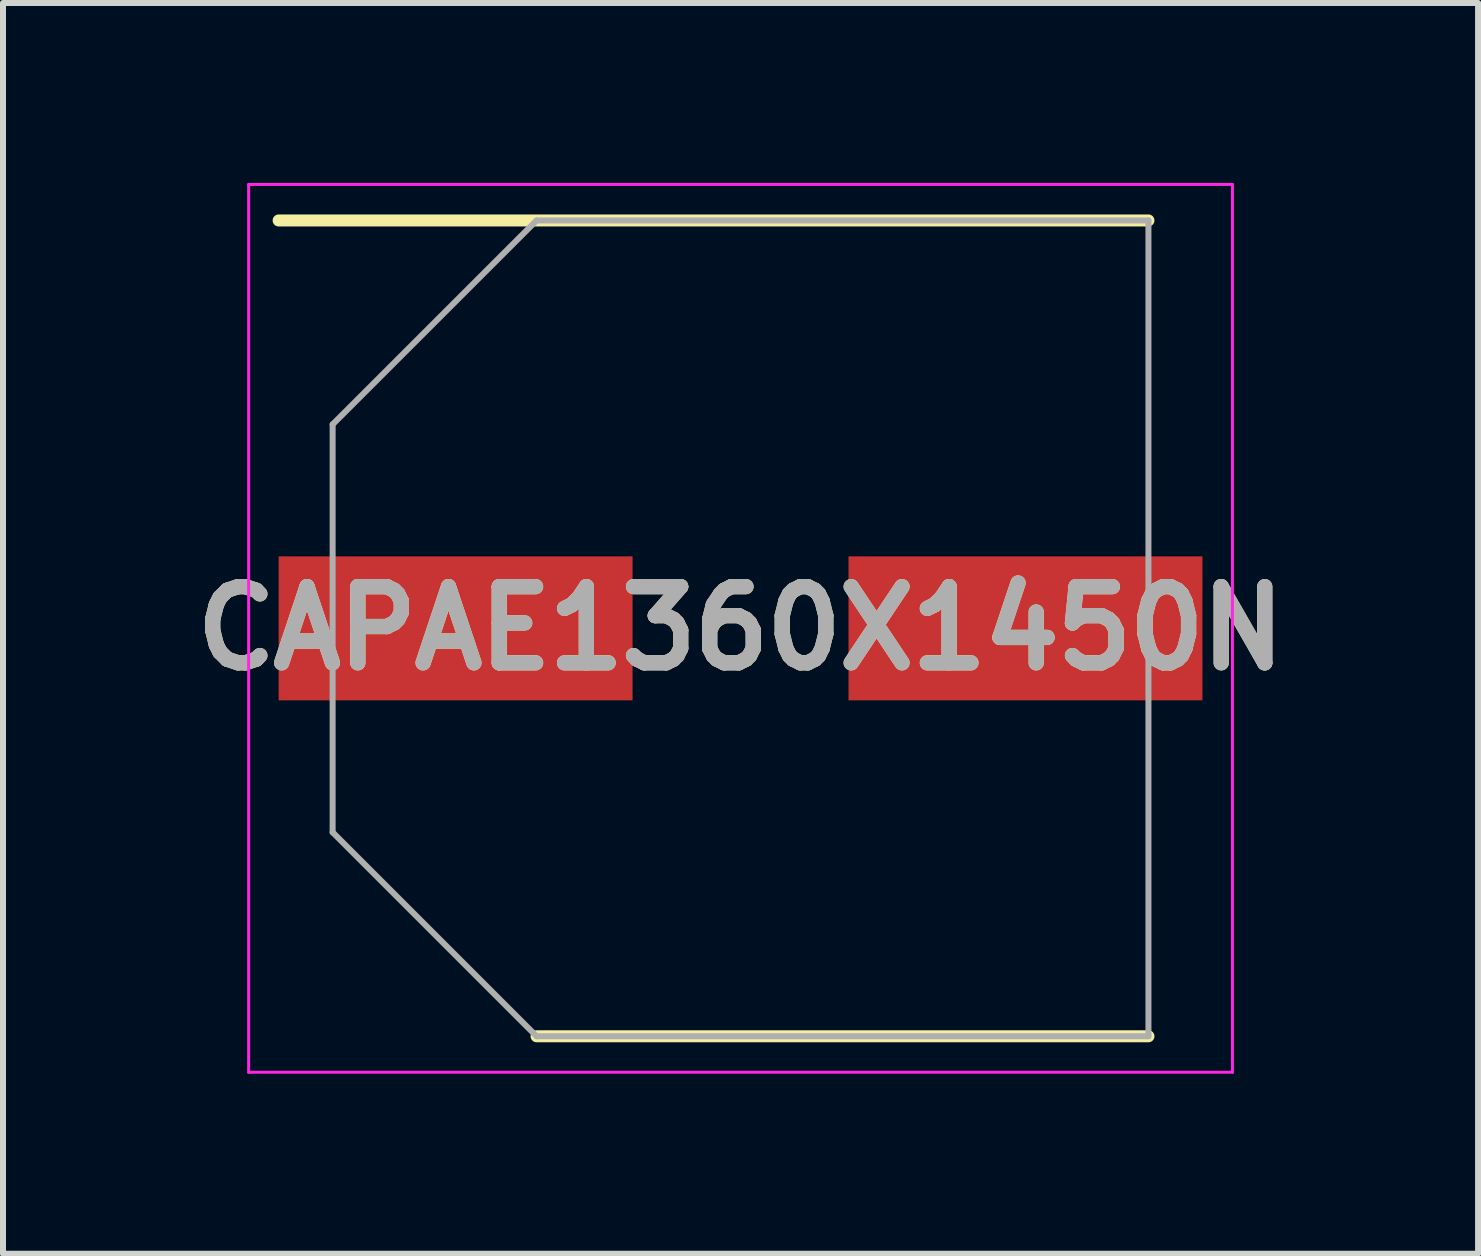
<source format=kicad_pcb>
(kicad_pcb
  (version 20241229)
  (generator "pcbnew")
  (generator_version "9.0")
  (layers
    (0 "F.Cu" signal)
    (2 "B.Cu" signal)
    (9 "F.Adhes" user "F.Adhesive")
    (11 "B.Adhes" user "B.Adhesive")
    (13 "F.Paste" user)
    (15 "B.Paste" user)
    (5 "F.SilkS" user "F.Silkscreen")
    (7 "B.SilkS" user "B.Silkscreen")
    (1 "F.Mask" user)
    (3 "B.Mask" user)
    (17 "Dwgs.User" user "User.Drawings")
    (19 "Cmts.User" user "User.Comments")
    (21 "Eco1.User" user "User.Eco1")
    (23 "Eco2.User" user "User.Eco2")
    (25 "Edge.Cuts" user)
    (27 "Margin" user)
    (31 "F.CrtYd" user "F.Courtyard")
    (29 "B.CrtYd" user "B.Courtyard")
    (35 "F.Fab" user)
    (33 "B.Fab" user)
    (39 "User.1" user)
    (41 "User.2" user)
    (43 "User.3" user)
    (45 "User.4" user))
  (footprint "CAPAE1360X1450N"
    (layer "F.Cu")
    (at 9.295 7.425)
    (property "Reference" "CAPAE1360X1450N" (at 0 0 0) (layer "F.SilkS") (effects (font (size 1.27 1.27) (thickness 0.254))))
    (attr smd)
    (fp_line (start -7.7 -6.8) (end 6.8 -6.8) (stroke (width 0.2) (type solid)) (layer "F.SilkS"))
    (fp_line (start -3.4 6.8) (end 6.8 6.8) (stroke (width 0.2) (type solid)) (layer "F.SilkS"))
    (fp_line (start -8.2 -7.4) (end 8.2 -7.4) (stroke (width 0.05) (type solid)) (layer "F.CrtYd"))
    (fp_line (start -8.2 7.4) (end -8.2 -7.4) (stroke (width 0.05) (type solid)) (layer "F.CrtYd"))
    (fp_line (start 8.2 -7.4) (end 8.2 7.4) (stroke (width 0.05) (type solid)) (layer "F.CrtYd"))
    (fp_line (start 8.2 7.4) (end -8.2 7.4) (stroke (width 0.05) (type solid)) (layer "F.CrtYd"))
    (fp_line (start -6.8 -3.4) (end -6.8 3.4) (stroke (width 0.1) (type solid)) (layer "F.Fab"))
    (fp_line (start -6.8 3.4) (end -3.4 6.8) (stroke (width 0.1) (type solid)) (layer "F.Fab"))
    (fp_line (start -3.4 -6.8) (end -6.8 -3.4) (stroke (width 0.1) (type solid)) (layer "F.Fab"))
    (fp_line (start -3.4 6.8) (end 6.8 6.8) (stroke (width 0.1) (type solid)) (layer "F.Fab"))
    (fp_line (start 6.8 -6.8) (end -3.4 -6.8) (stroke (width 0.1) (type solid)) (layer "F.Fab"))
    (fp_line (start 6.8 6.8) (end 6.8 -6.8) (stroke (width 0.1) (type solid)) (layer "F.Fab"))
    (fp_text user "${REFERENCE}" (at 0 0 0) (layer "F.Fab") (effects (font (size 1.27 1.27) (thickness 0.254))))
    (pad "1" smd rect (at -4.75 0 90) (size 2.4 5.9) (layers "F.Cu" "F.Mask" "F.Paste"))
    (pad "2" smd rect (at 4.75 0 90) (size 2.4 5.9) (layers "F.Cu" "F.Mask" "F.Paste")))
  (gr_rect
    (start -3 -3)
    (end 21.59 17.85)
    (stroke (width 0.1) (type default))
    (fill no)
    (layer "Edge.Cuts")))
</source>
